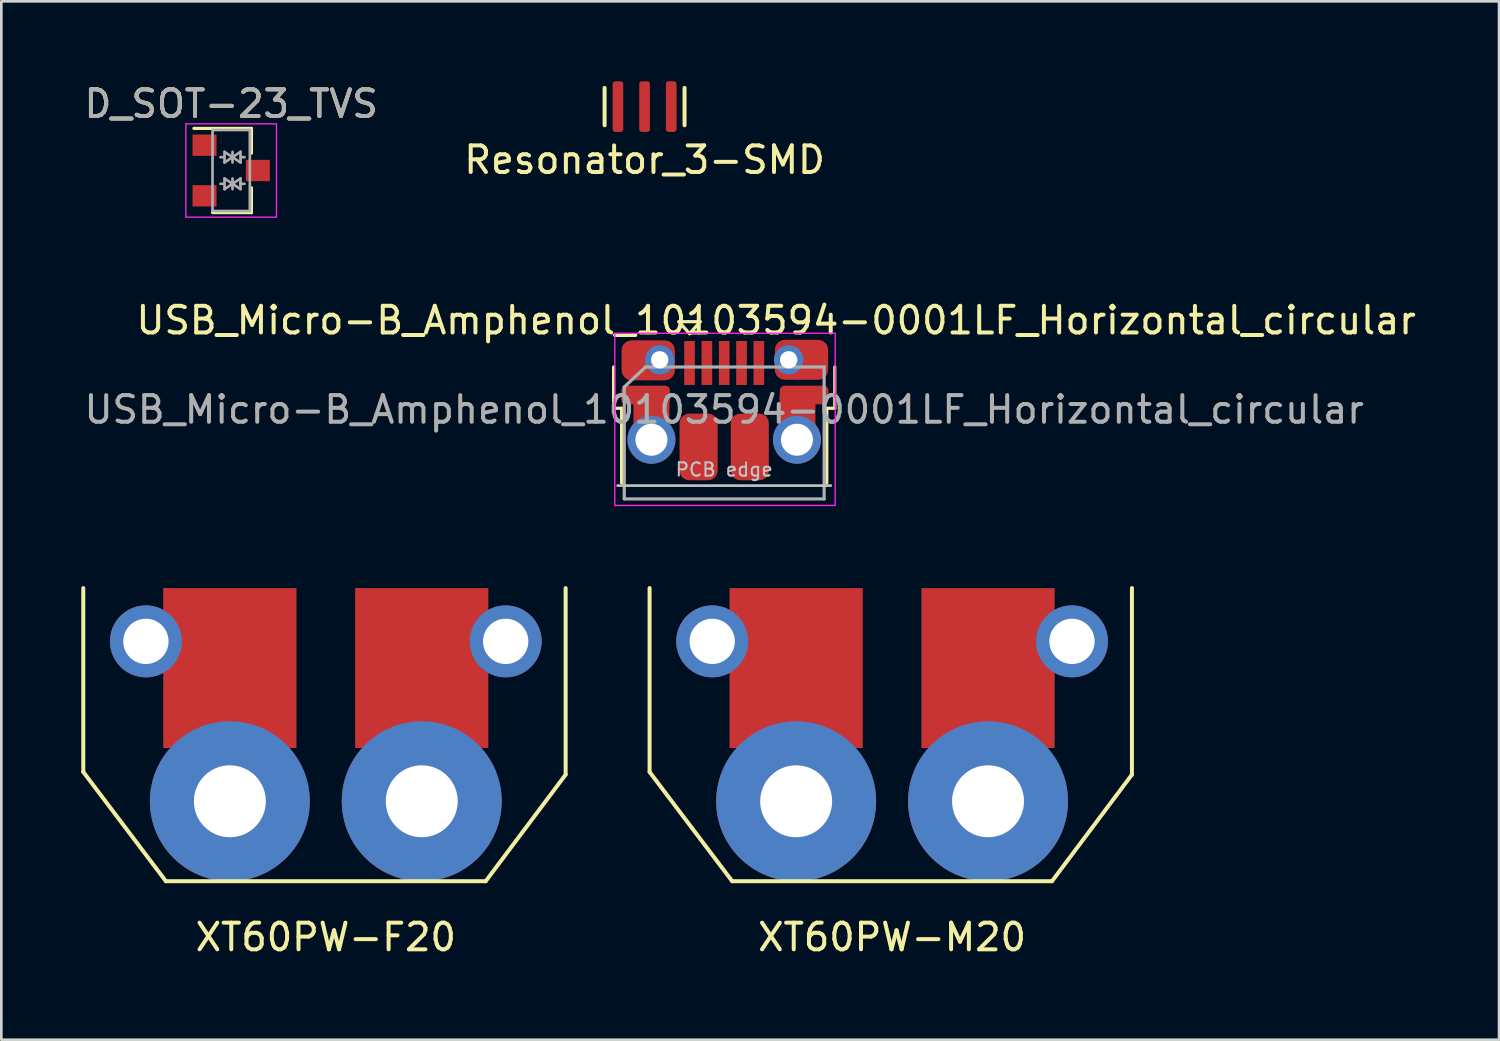
<source format=kicad_pcb>
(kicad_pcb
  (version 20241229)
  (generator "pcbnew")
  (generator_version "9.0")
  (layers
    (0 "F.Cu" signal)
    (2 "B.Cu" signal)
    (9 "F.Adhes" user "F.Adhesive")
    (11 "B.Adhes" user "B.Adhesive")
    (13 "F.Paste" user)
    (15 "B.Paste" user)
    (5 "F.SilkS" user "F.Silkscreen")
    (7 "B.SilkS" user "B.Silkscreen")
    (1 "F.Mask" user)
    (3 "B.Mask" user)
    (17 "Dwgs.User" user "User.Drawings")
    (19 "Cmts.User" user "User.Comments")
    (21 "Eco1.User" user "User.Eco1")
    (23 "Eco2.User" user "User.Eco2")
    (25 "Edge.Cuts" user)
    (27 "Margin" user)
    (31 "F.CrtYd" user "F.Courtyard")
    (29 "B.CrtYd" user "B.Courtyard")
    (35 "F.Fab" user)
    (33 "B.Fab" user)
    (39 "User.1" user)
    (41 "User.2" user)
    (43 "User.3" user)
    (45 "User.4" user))
  (footprint "XT60PW-M20"
    (layer "F.Cu")
    (at 30.425 27.017)
    (property "Reference" "XT60PW-M20" (at 0 5.1 0) (layer "F.SilkS") (effects (font (size 1 1) (thickness 0.15))))
    (attr through_hole)
    (fp_line (start -9.1 -1.1) (end -9.1 -8) (stroke (width 0.15) (type solid)) (layer "F.SilkS"))
    (fp_line (start -6 3) (end -9.1 -1.1) (stroke (width 0.15) (type solid)) (layer "F.SilkS"))
    (fp_line (start 6 3) (end -6 3) (stroke (width 0.15) (type solid)) (layer "F.SilkS"))
    (fp_line (start 6 3) (end 9 -1) (stroke (width 0.15) (type solid)) (layer "F.SilkS"))
    (fp_line (start 9 -1) (end 9 -8) (stroke (width 0.15) (type solid)) (layer "F.SilkS"))
    (pad "1" smd rect (at 3.6 -5) (size 5 6) (layers "F.Cu" "F.Mask" "F.Paste"))
    (pad "1" thru_hole circle (at 3.6 0) (size 6 6) (drill 2.7) (layers "*.Cu" "*.Mask"))
    (pad "2" smd rect (at -3.6 -5) (size 5 6) (layers "F.Cu" "F.Mask" "F.Paste"))
    (pad "2" thru_hole circle (at -3.6 0) (size 6 6) (drill 2.7) (layers "*.Cu" "*.Mask"))
    (pad "3" thru_hole circle (at -6.75 -6) (size 2.7 2.7) (drill 1.7) (layers "*.Cu" "*.Mask"))
    (pad "3" thru_hole circle (at 6.75 -6) (size 2.7 2.7) (drill 1.7) (layers "*.Cu" "*.Mask")))
  (footprint "XT60PW-F20"
    (layer "F.Cu")
    (at 9.175 27.017)
    (property "Reference" "XT60PW-F20" (at 0 5.1 0) (layer "F.SilkS") (effects (font (size 1 1) (thickness 0.15))))
    (attr through_hole)
    (fp_line (start -9.1 -1.1) (end -9.1 -8) (stroke (width 0.15) (type solid)) (layer "F.SilkS"))
    (fp_line (start -6 3) (end -9.1 -1.1) (stroke (width 0.15) (type solid)) (layer "F.SilkS"))
    (fp_line (start 6 3) (end -6 3) (stroke (width 0.15) (type solid)) (layer "F.SilkS"))
    (fp_line (start 6 3) (end 9 -1) (stroke (width 0.15) (type solid)) (layer "F.SilkS"))
    (fp_line (start 9 -1) (end 9 -8) (stroke (width 0.15) (type solid)) (layer "F.SilkS"))
    (pad "1" smd rect (at -3.6 -5) (size 5 6) (layers "F.Cu" "F.Mask" "F.Paste"))
    (pad "1" thru_hole circle (at -3.6 0) (size 6 6) (drill 2.7) (layers "*.Cu" "*.Mask"))
    (pad "2" smd rect (at 3.6 -5) (size 5 6) (layers "F.Cu" "F.Mask" "F.Paste"))
    (pad "2" thru_hole circle (at 3.6 0) (size 6 6) (drill 2.7) (layers "*.Cu" "*.Mask"))
    (pad "3" thru_hole circle (at -6.75 -6) (size 2.7 2.7) (drill 1.7) (layers "*.Cu" "*.Mask"))
    (pad "3" thru_hole circle (at 6.75 -6) (size 2.7 2.7) (drill 1.7) (layers "*.Cu" "*.Mask")))
  (footprint "D_SOT-23_TVS"
    (layer "F.Cu")
    (at 5.625 3.348)
    (property "Reference" "D_SOT-23_TVS" (at 0 -2.5 0) (layer "F.SilkS") (effects (font (size 1 1) (thickness 0.15))))
    (attr smd)
    (fp_line (start 0.76 -1.58) (end -1.4 -1.58) (stroke (width 0.12) (type solid)) (layer "F.SilkS"))
    (fp_line (start 0.76 -1.58) (end 0.76 -0.65) (stroke (width 0.12) (type solid)) (layer "F.SilkS"))
    (fp_line (start 0.76 1.58) (end -0.7 1.58) (stroke (width 0.12) (type solid)) (layer "F.SilkS"))
    (fp_line (start 0.76 1.58) (end 0.76 0.65) (stroke (width 0.12) (type solid)) (layer "F.SilkS"))
    (fp_line (start -1.7 -1.75) (end 1.7 -1.75) (stroke (width 0.05) (type solid)) (layer "F.CrtYd"))
    (fp_line (start -1.7 1.75) (end -1.7 -1.75) (stroke (width 0.05) (type solid)) (layer "F.CrtYd"))
    (fp_line (start 1.7 -1.75) (end 1.7 1.75) (stroke (width 0.05) (type solid)) (layer "F.CrtYd"))
    (fp_line (start 1.7 1.75) (end -1.7 1.75) (stroke (width 0.05) (type solid)) (layer "F.CrtYd"))
    (fp_line (start -0.7 -1.52) (end -0.7 1.52) (stroke (width 0.1) (type solid)) (layer "F.Fab"))
    (fp_line (start -0.7 -1.52) (end 0.7 -1.52) (stroke (width 0.1) (type solid)) (layer "F.Fab"))
    (fp_line (start -0.7 1.52) (end 0.7 1.52) (stroke (width 0.1) (type solid)) (layer "F.Fab"))
    (fp_line (start -0.3 -0.5) (end -0.4 -0.5) (stroke (width 0.1) (type solid)) (layer "F.Fab"))
    (fp_line (start -0.3 0.5) (end -0.4 0.5) (stroke (width 0.1) (type solid)) (layer "F.Fab"))
    (fp_line (start -0.25 -0.7) (end -0.25 -0.3) (stroke (width 0.1) (type solid)) (layer "F.Fab"))
    (fp_line (start -0.25 -0.3) (end 0.05 -0.5) (stroke (width 0.1) (type solid)) (layer "F.Fab"))
    (fp_line (start -0.25 0.3) (end -0.25 0.7) (stroke (width 0.1) (type solid)) (layer "F.Fab"))
    (fp_line (start -0.25 0.7) (end 0.05 0.5) (stroke (width 0.1) (type solid)) (layer "F.Fab"))
    (fp_line (start 0.05 -0.5) (end -0.25 -0.7) (stroke (width 0.1) (type solid)) (layer "F.Fab"))
    (fp_line (start 0.05 -0.5) (end 0.35 -0.3) (stroke (width 0.1) (type solid)) (layer "F.Fab"))
    (fp_line (start 0.05 -0.3) (end 0.05 -0.7) (stroke (width 0.1) (type solid)) (layer "F.Fab"))
    (fp_line (start 0.05 0.5) (end -0.25 0.3) (stroke (width 0.1) (type solid)) (layer "F.Fab"))
    (fp_line (start 0.05 0.5) (end 0.35 0.7) (stroke (width 0.1) (type solid)) (layer "F.Fab"))
    (fp_line (start 0.05 0.7) (end 0.05 0.3) (stroke (width 0.1) (type solid)) (layer "F.Fab"))
    (fp_line (start 0.35 -0.7) (end 0.05 -0.5) (stroke (width 0.1) (type solid)) (layer "F.Fab"))
    (fp_line (start 0.35 -0.5) (end 0.5 -0.5) (stroke (width 0.1) (type solid)) (layer "F.Fab"))
    (fp_line (start 0.35 -0.3) (end 0.35 -0.7) (stroke (width 0.1) (type solid)) (layer "F.Fab"))
    (fp_line (start 0.35 0.3) (end 0.05 0.5) (stroke (width 0.1) (type solid)) (layer "F.Fab"))
    (fp_line (start 0.35 0.5) (end 0.5 0.5) (stroke (width 0.1) (type solid)) (layer "F.Fab"))
    (fp_line (start 0.35 0.7) (end 0.35 0.3) (stroke (width 0.1) (type solid)) (layer "F.Fab"))
    (fp_line (start 0.7 -1.52) (end 0.7 1.52) (stroke (width 0.1) (type solid)) (layer "F.Fab"))
    (fp_text user "${REFERENCE}" (at 0 -2.5 0) (layer "F.Fab") (effects (font (size 1 1) (thickness 0.15))))
    (pad "1" smd rect (at -1 -0.95) (size 0.9 0.8) (layers "F.Cu" "F.Mask" "F.Paste"))
    (pad "2" smd rect (at -1 0.95) (size 0.9 0.8) (layers "F.Cu" "F.Mask" "F.Paste"))
    (pad "3" smd rect (at 1 0) (size 0.9 0.8) (layers "F.Cu" "F.Mask" "F.Paste")))
  (footprint "Resonator_3-SMD"
    (layer "F.Cu")
    (at 21.137 0.95)
    (property "Reference" "Resonator_3-SMD" (at 0 2 0) (layer "F.SilkS") (effects (font (size 1 1) (thickness 0.15))))
    (attr through_hole)
    (fp_line (start -1.5 -0.7) (end -1.5 0.7) (stroke (width 0.15) (type solid)) (layer "F.SilkS"))
    (fp_line (start 1.5 0.7) (end 1.5 -0.7) (stroke (width 0.15) (type solid)) (layer "F.SilkS"))
    (pad "1" smd roundrect (at -1 0) (size 0.4 1.9) (layers "F.Cu" "F.Mask" "F.Paste") (roundrect_rratio 0.25))
    (pad "2" smd roundrect (at 0 0) (size 0.4 1.9) (layers "F.Cu" "F.Mask" "F.Paste") (roundrect_rratio 0.25))
    (pad "3" smd roundrect (at 1 0) (size 0.4 1.9) (layers "F.Cu" "F.Mask" "F.Paste") (roundrect_rratio 0.25)))
  (footprint "USB_Micro-B_Amphenol_10103594-0001LF_Horizontal_circular"
    (layer "F.Cu")
    (at 24.15 12.336)
    (property "Reference" "USB_Micro-B_Amphenol_10103594-0001LF_Horizontal_circular" (at 1.925 -3.365 0) (layer "F.SilkS") (effects (font (size 1 1) (thickness 0.15))))
    (attr smd)
    (fp_line (start -4.175 -0.065) (end -4.175 -1.615) (stroke (width 0.12) (type solid)) (layer "F.SilkS"))
    (fp_line (start -4.175 -0.065) (end -3.875 -0.065) (stroke (width 0.12) (type solid)) (layer "F.SilkS"))
    (fp_line (start -3.875 2.735) (end -3.875 -0.065) (stroke (width 0.12) (type solid)) (layer "F.SilkS"))
    (fp_line (start -1.725 -3.315) (end -0.925 -3.315) (stroke (width 0.12) (type solid)) (layer "F.SilkS"))
    (fp_line (start -1.325 -2.865) (end -1.725 -3.315) (stroke (width 0.12) (type solid)) (layer "F.SilkS"))
    (fp_line (start -0.925 -3.315) (end -1.325 -2.865) (stroke (width 0.12) (type solid)) (layer "F.SilkS"))
    (fp_line (start 3.825 -0.065) (end 4.125 -0.065) (stroke (width 0.12) (type solid)) (layer "F.SilkS"))
    (fp_line (start 3.825 2.735) (end 3.825 -0.065) (stroke (width 0.12) (type solid)) (layer "F.SilkS"))
    (fp_line (start 4.125 -0.065) (end 4.125 -1.615) (stroke (width 0.12) (type solid)) (layer "F.SilkS"))
    (fp_line (start -4.025 2.835) (end 3.975 2.835) (stroke (width 0.1) (type solid)) (layer "Dwgs.User"))
    (fp_line (start -4.13 -2.88) (end -4.13 3.58) (stroke (width 0.05) (type solid)) (layer "F.CrtYd"))
    (fp_line (start -4.13 -2.88) (end 4.14 -2.88) (stroke (width 0.05) (type solid)) (layer "F.CrtYd"))
    (fp_line (start 4.14 3.58) (end -4.13 3.58) (stroke (width 0.05) (type solid)) (layer "F.CrtYd"))
    (fp_line (start 4.14 3.58) (end 4.14 -2.88) (stroke (width 0.05) (type solid)) (layer "F.CrtYd"))
    (fp_line (start -3.775 -0.865) (end -2.975 -1.615) (stroke (width 0.12) (type solid)) (layer "F.Fab"))
    (fp_line (start -3.775 3.335) (end -3.775 -0.865) (stroke (width 0.12) (type solid)) (layer "F.Fab"))
    (fp_line (start -2.975 -1.615) (end 3.725 -1.615) (stroke (width 0.12) (type solid)) (layer "F.Fab"))
    (fp_line (start 3.725 -1.615) (end 3.725 3.335) (stroke (width 0.12) (type solid)) (layer "F.Fab"))
    (fp_line (start 3.725 3.335) (end -3.775 3.335) (stroke (width 0.12) (type solid)) (layer "F.Fab"))
    (fp_text user "PCB edge" (at -0.025 2.235 0) (layer "Dwgs.User") (effects (font (size 0.5 0.5) (thickness 0.075))))
    (fp_text user "${REFERENCE}" (at -0.025 -0.015 0) (layer "F.Fab") (effects (font (size 1 1) (thickness 0.15))))
    (pad "1" smd rect (at -1.325 -1.765 90) (size 1.65 0.4) (layers "F.Cu" "F.Mask" "F.Paste"))
    (pad "2" smd rect (at -0.675 -1.765 90) (size 1.65 0.4) (layers "F.Cu" "F.Mask" "F.Paste"))
    (pad "3" smd rect (at -0.025 -1.765 90) (size 1.65 0.4) (layers "F.Cu" "F.Mask" "F.Paste"))
    (pad "4" smd rect (at 0.625 -1.765 90) (size 1.65 0.4) (layers "F.Cu" "F.Mask" "F.Paste"))
    (pad "5" smd rect (at 1.275 -1.765 90) (size 1.65 0.4) (layers "F.Cu" "F.Mask" "F.Paste"))
    (pad "6" smd roundrect (at -2.975 -0.565) (size 1.825 0.7) (layers "F.Cu" "F.Mask" "F.Paste") (roundrect_rratio 0.25))
    (pad "6" smd roundrect (at -2.875 -1.865) (size 2 1.5) (layers "F.Cu" "F.Mask" "F.Paste") (roundrect_rratio 0.25))
    (pad "6" smd roundrect (at -2.755 0.185) (size 1.35 2) (layers "F.Cu" "F.Mask" "F.Paste") (roundrect_rratio 0.25))
    (pad "6" thru_hole circle (at -2.755 1.115 90) (size 1.8 1.8) (drill 1.2) (layers "*.Cu" "*.Mask"))
    (pad "6" thru_hole circle (at -2.445 -1.885 90) (size 1.1 1.1) (drill 0.65) (layers "*.Cu" "*.Mask"))
    (pad "6" smd roundrect (at -0.985 1.385 90) (size 2.5 1.43) (layers "F.Cu" "F.Mask" "F.Paste") (roundrect_rratio 0.25))
    (pad "6" smd roundrect (at 0.935 1.385 90) (size 2.5 1.43) (layers "F.Cu" "F.Mask" "F.Paste") (roundrect_rratio 0.25))
    (pad "6" thru_hole circle (at 2.395 -1.885 90) (size 1.1 1.1) (drill 0.65) (layers "*.Cu" "*.Mask"))
    (pad "6" thru_hole circle (at 2.705 1.115 90) (size 1.8 1.8) (drill 1.2) (layers "*.Cu" "*.Mask"))
    (pad "6" smd roundrect (at 2.725 0.185) (size 1.35 2) (layers "F.Cu" "F.Mask" "F.Paste") (roundrect_rratio 0.25))
    (pad "6" smd roundrect (at 2.875 -1.885) (size 2 1.5) (layers "F.Cu" "F.Mask" "F.Paste") (roundrect_rratio 0.25))
    (pad "6" smd roundrect (at 2.975 -0.565) (size 1.825 0.7) (layers "F.Cu" "F.Mask" "F.Paste") (roundrect_rratio 0.25)))
  (gr_rect
    (start -3 -3)
    (end 53.2 35.965)
    (stroke (width 0.1) (type default))
    (fill no)
    (layer "Edge.Cuts")))
</source>
